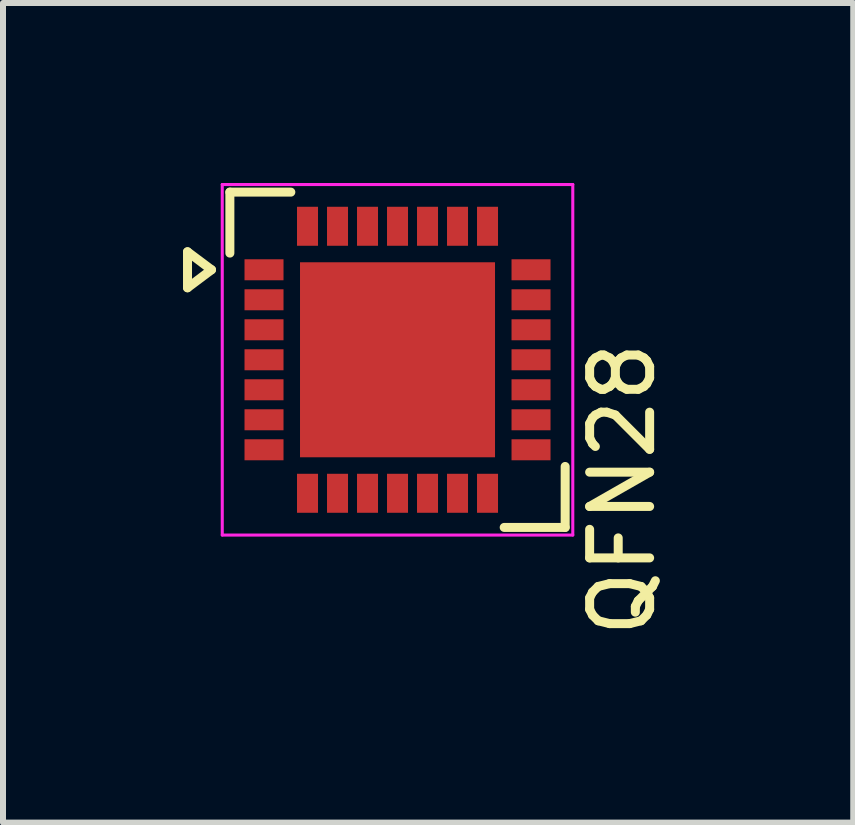
<source format=kicad_pcb>
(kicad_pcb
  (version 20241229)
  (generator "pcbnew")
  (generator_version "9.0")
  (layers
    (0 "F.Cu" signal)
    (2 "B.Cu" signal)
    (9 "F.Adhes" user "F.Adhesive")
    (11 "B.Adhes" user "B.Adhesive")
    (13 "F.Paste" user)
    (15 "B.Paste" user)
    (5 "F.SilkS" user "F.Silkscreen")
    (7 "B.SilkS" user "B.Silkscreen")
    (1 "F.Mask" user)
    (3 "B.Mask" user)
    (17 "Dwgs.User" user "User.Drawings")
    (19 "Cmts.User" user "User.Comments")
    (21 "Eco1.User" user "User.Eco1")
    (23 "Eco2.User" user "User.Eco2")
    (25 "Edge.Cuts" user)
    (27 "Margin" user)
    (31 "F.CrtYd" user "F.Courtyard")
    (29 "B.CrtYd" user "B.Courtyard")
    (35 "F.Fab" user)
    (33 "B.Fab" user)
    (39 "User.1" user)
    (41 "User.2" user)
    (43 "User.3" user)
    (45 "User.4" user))
  (footprint "QFN28"
    (layer "F.Cu")
    (at 3.575 2.946)
    (property "Reference" "QFN28" (at 3.747 2.159 90) (layer "F.SilkS") (effects (font (size 1 1) (thickness 0.15))))
    (attr smd)
    (fp_line (start -3.5 -1.8) (end -3.1 -1.5) (stroke (width 0.15) (type solid)) (layer "F.SilkS"))
    (fp_line (start -3.5 -1.2) (end -3.5 -1.8) (stroke (width 0.15) (type solid)) (layer "F.SilkS"))
    (fp_line (start -3.1 -1.5) (end -3.5 -1.2) (stroke (width 0.15) (type solid)) (layer "F.SilkS"))
    (fp_line (start -2.794 -2.794) (end -1.778 -2.794) (stroke (width 0.15) (type solid)) (layer "F.SilkS"))
    (fp_line (start -2.794 -1.778) (end -2.794 -2.794) (stroke (width 0.15) (type solid)) (layer "F.SilkS"))
    (fp_line (start 1.778 2.794) (end 2.794 2.794) (stroke (width 0.15) (type solid)) (layer "F.SilkS"))
    (fp_line (start 2.794 2.794) (end 2.794 1.778) (stroke (width 0.15) (type solid)) (layer "F.SilkS"))
    (fp_line (start -1.4 -1.4) (end -1 -1.4) (stroke (width 0.15) (type solid)) (layer "F.Paste"))
    (fp_line (start -1.4 -1.3) (end -1 -1.3) (stroke (width 0.15) (type solid)) (layer "F.Paste"))
    (fp_line (start -1.4 -1.2) (end -1.4 -1.3) (stroke (width 0.15) (type solid)) (layer "F.Paste"))
    (fp_line (start -1.4 -1.1) (end -1 -1.1) (stroke (width 0.15) (type solid)) (layer "F.Paste"))
    (fp_line (start -1.4 -1) (end -1.4 -1.4) (stroke (width 0.15) (type solid)) (layer "F.Paste"))
    (fp_line (start -1.4 -1) (end -1.4 -1.1) (stroke (width 0.15) (type solid)) (layer "F.Paste"))
    (fp_line (start -1.4 -0.7) (end -1 -0.7) (stroke (width 0.15) (type solid)) (layer "F.Paste"))
    (fp_line (start -1.4 -0.6) (end -1 -0.6) (stroke (width 0.15) (type solid)) (layer "F.Paste"))
    (fp_line (start -1.4 -0.5) (end -1.4 -0.6) (stroke (width 0.15) (type solid)) (layer "F.Paste"))
    (fp_line (start -1.4 -0.4) (end -1 -0.4) (stroke (width 0.15) (type solid)) (layer "F.Paste"))
    (fp_line (start -1.4 -0.3) (end -1.4 -0.7) (stroke (width 0.15) (type solid)) (layer "F.Paste"))
    (fp_line (start -1.4 -0.3) (end -1.4 -0.4) (stroke (width 0.15) (type solid)) (layer "F.Paste"))
    (fp_line (start -1.4 0.3) (end -1 0.3) (stroke (width 0.15) (type solid)) (layer "F.Paste"))
    (fp_line (start -1.4 0.4) (end -1 0.4) (stroke (width 0.15) (type solid)) (layer "F.Paste"))
    (fp_line (start -1.4 0.5) (end -1.4 0.4) (stroke (width 0.15) (type solid)) (layer "F.Paste"))
    (fp_line (start -1.4 0.6) (end -1 0.6) (stroke (width 0.15) (type solid)) (layer "F.Paste"))
    (fp_line (start -1.4 0.7) (end -1.4 0.3) (stroke (width 0.15) (type solid)) (layer "F.Paste"))
    (fp_line (start -1.4 0.7) (end -1.4 0.6) (stroke (width 0.15) (type solid)) (layer "F.Paste"))
    (fp_line (start -1.4 1) (end -1 1) (stroke (width 0.15) (type solid)) (layer "F.Paste"))
    (fp_line (start -1.4 1.1) (end -1 1.1) (stroke (width 0.15) (type solid)) (layer "F.Paste"))
    (fp_line (start -1.4 1.2) (end -1.4 1.1) (stroke (width 0.15) (type solid)) (layer "F.Paste"))
    (fp_line (start -1.4 1.3) (end -1 1.3) (stroke (width 0.15) (type solid)) (layer "F.Paste"))
    (fp_line (start -1.4 1.4) (end -1.4 1) (stroke (width 0.15) (type solid)) (layer "F.Paste"))
    (fp_line (start -1.4 1.4) (end -1.4 1.3) (stroke (width 0.15) (type solid)) (layer "F.Paste"))
    (fp_line (start -1 -1.4) (end -1 -1) (stroke (width 0.15) (type solid)) (layer "F.Paste"))
    (fp_line (start -1 -1.2) (end -1.4 -1.2) (stroke (width 0.15) (type solid)) (layer "F.Paste"))
    (fp_line (start -1 -1.1) (end -1 -1.2) (stroke (width 0.15) (type solid)) (layer "F.Paste"))
    (fp_line (start -1 -1) (end -1.4 -1) (stroke (width 0.15) (type solid)) (layer "F.Paste"))
    (fp_line (start -1 -0.7) (end -1 -0.3) (stroke (width 0.15) (type solid)) (layer "F.Paste"))
    (fp_line (start -1 -0.5) (end -1.4 -0.5) (stroke (width 0.15) (type solid)) (layer "F.Paste"))
    (fp_line (start -1 -0.4) (end -1 -0.5) (stroke (width 0.15) (type solid)) (layer "F.Paste"))
    (fp_line (start -1 -0.3) (end -1.4 -0.3) (stroke (width 0.15) (type solid)) (layer "F.Paste"))
    (fp_line (start -1 0.3) (end -1 0.7) (stroke (width 0.15) (type solid)) (layer "F.Paste"))
    (fp_line (start -1 0.5) (end -1.4 0.5) (stroke (width 0.15) (type solid)) (layer "F.Paste"))
    (fp_line (start -1 0.6) (end -1 0.5) (stroke (width 0.15) (type solid)) (layer "F.Paste"))
    (fp_line (start -1 0.7) (end -1.4 0.7) (stroke (width 0.15) (type solid)) (layer "F.Paste"))
    (fp_line (start -1 1) (end -1 1.4) (stroke (width 0.15) (type solid)) (layer "F.Paste"))
    (fp_line (start -1 1.2) (end -1.4 1.2) (stroke (width 0.15) (type solid)) (layer "F.Paste"))
    (fp_line (start -1 1.3) (end -1 1.2) (stroke (width 0.15) (type solid)) (layer "F.Paste"))
    (fp_line (start -1 1.4) (end -1.4 1.4) (stroke (width 0.15) (type solid)) (layer "F.Paste"))
    (fp_line (start -0.7 -1.4) (end -0.3 -1.4) (stroke (width 0.15) (type solid)) (layer "F.Paste"))
    (fp_line (start -0.7 -1.3) (end -0.3 -1.3) (stroke (width 0.15) (type solid)) (layer "F.Paste"))
    (fp_line (start -0.7 -1.2) (end -0.7 -1.3) (stroke (width 0.15) (type solid)) (layer "F.Paste"))
    (fp_line (start -0.7 -1.1) (end -0.3 -1.1) (stroke (width 0.15) (type solid)) (layer "F.Paste"))
    (fp_line (start -0.7 -1) (end -0.7 -1.4) (stroke (width 0.15) (type solid)) (layer "F.Paste"))
    (fp_line (start -0.7 -1) (end -0.7 -1.1) (stroke (width 0.15) (type solid)) (layer "F.Paste"))
    (fp_line (start -0.7 -0.7) (end -0.3 -0.7) (stroke (width 0.15) (type solid)) (layer "F.Paste"))
    (fp_line (start -0.7 -0.6) (end -0.3 -0.6) (stroke (width 0.15) (type solid)) (layer "F.Paste"))
    (fp_line (start -0.7 -0.5) (end -0.7 -0.6) (stroke (width 0.15) (type solid)) (layer "F.Paste"))
    (fp_line (start -0.7 -0.4) (end -0.3 -0.4) (stroke (width 0.15) (type solid)) (layer "F.Paste"))
    (fp_line (start -0.7 -0.3) (end -0.7 -0.7) (stroke (width 0.15) (type solid)) (layer "F.Paste"))
    (fp_line (start -0.7 -0.3) (end -0.7 -0.4) (stroke (width 0.15) (type solid)) (layer "F.Paste"))
    (fp_line (start -0.7 0.3) (end -0.3 0.3) (stroke (width 0.15) (type solid)) (layer "F.Paste"))
    (fp_line (start -0.7 0.4) (end -0.3 0.4) (stroke (width 0.15) (type solid)) (layer "F.Paste"))
    (fp_line (start -0.7 0.5) (end -0.7 0.4) (stroke (width 0.15) (type solid)) (layer "F.Paste"))
    (fp_line (start -0.7 0.6) (end -0.3 0.6) (stroke (width 0.15) (type solid)) (layer "F.Paste"))
    (fp_line (start -0.7 0.7) (end -0.7 0.3) (stroke (width 0.15) (type solid)) (layer "F.Paste"))
    (fp_line (start -0.7 0.7) (end -0.7 0.6) (stroke (width 0.15) (type solid)) (layer "F.Paste"))
    (fp_line (start -0.7 1) (end -0.3 1) (stroke (width 0.15) (type solid)) (layer "F.Paste"))
    (fp_line (start -0.7 1.1) (end -0.3 1.1) (stroke (width 0.15) (type solid)) (layer "F.Paste"))
    (fp_line (start -0.7 1.2) (end -0.7 1.1) (stroke (width 0.15) (type solid)) (layer "F.Paste"))
    (fp_line (start -0.7 1.3) (end -0.3 1.3) (stroke (width 0.15) (type solid)) (layer "F.Paste"))
    (fp_line (start -0.7 1.4) (end -0.7 1) (stroke (width 0.15) (type solid)) (layer "F.Paste"))
    (fp_line (start -0.7 1.4) (end -0.7 1.3) (stroke (width 0.15) (type solid)) (layer "F.Paste"))
    (fp_line (start -0.3 -1.4) (end -0.3 -1) (stroke (width 0.15) (type solid)) (layer "F.Paste"))
    (fp_line (start -0.3 -1.2) (end -0.7 -1.2) (stroke (width 0.15) (type solid)) (layer "F.Paste"))
    (fp_line (start -0.3 -1.1) (end -0.3 -1.2) (stroke (width 0.15) (type solid)) (layer "F.Paste"))
    (fp_line (start -0.3 -1) (end -0.7 -1) (stroke (width 0.15) (type solid)) (layer "F.Paste"))
    (fp_line (start -0.3 -0.7) (end -0.3 -0.3) (stroke (width 0.15) (type solid)) (layer "F.Paste"))
    (fp_line (start -0.3 -0.5) (end -0.7 -0.5) (stroke (width 0.15) (type solid)) (layer "F.Paste"))
    (fp_line (start -0.3 -0.4) (end -0.3 -0.5) (stroke (width 0.15) (type solid)) (layer "F.Paste"))
    (fp_line (start -0.3 -0.3) (end -0.7 -0.3) (stroke (width 0.15) (type solid)) (layer "F.Paste"))
    (fp_line (start -0.3 0.3) (end -0.3 0.7) (stroke (width 0.15) (type solid)) (layer "F.Paste"))
    (fp_line (start -0.3 0.5) (end -0.7 0.5) (stroke (width 0.15) (type solid)) (layer "F.Paste"))
    (fp_line (start -0.3 0.6) (end -0.3 0.5) (stroke (width 0.15) (type solid)) (layer "F.Paste"))
    (fp_line (start -0.3 0.7) (end -0.7 0.7) (stroke (width 0.15) (type solid)) (layer "F.Paste"))
    (fp_line (start -0.3 1) (end -0.3 1.4) (stroke (width 0.15) (type solid)) (layer "F.Paste"))
    (fp_line (start -0.3 1.2) (end -0.7 1.2) (stroke (width 0.15) (type solid)) (layer "F.Paste"))
    (fp_line (start -0.3 1.3) (end -0.3 1.2) (stroke (width 0.15) (type solid)) (layer "F.Paste"))
    (fp_line (start -0.3 1.4) (end -0.7 1.4) (stroke (width 0.15) (type solid)) (layer "F.Paste"))
    (fp_line (start 0.3 -1.4) (end 0.7 -1.4) (stroke (width 0.15) (type solid)) (layer "F.Paste"))
    (fp_line (start 0.3 -1.3) (end 0.7 -1.3) (stroke (width 0.15) (type solid)) (layer "F.Paste"))
    (fp_line (start 0.3 -1.2) (end 0.3 -1.3) (stroke (width 0.15) (type solid)) (layer "F.Paste"))
    (fp_line (start 0.3 -1.1) (end 0.7 -1.1) (stroke (width 0.15) (type solid)) (layer "F.Paste"))
    (fp_line (start 0.3 -1) (end 0.3 -1.4) (stroke (width 0.15) (type solid)) (layer "F.Paste"))
    (fp_line (start 0.3 -1) (end 0.3 -1.1) (stroke (width 0.15) (type solid)) (layer "F.Paste"))
    (fp_line (start 0.3 -0.7) (end 0.7 -0.7) (stroke (width 0.15) (type solid)) (layer "F.Paste"))
    (fp_line (start 0.3 -0.6) (end 0.7 -0.6) (stroke (width 0.15) (type solid)) (layer "F.Paste"))
    (fp_line (start 0.3 -0.5) (end 0.3 -0.6) (stroke (width 0.15) (type solid)) (layer "F.Paste"))
    (fp_line (start 0.3 -0.4) (end 0.7 -0.4) (stroke (width 0.15) (type solid)) (layer "F.Paste"))
    (fp_line (start 0.3 -0.3) (end 0.3 -0.7) (stroke (width 0.15) (type solid)) (layer "F.Paste"))
    (fp_line (start 0.3 -0.3) (end 0.3 -0.4) (stroke (width 0.15) (type solid)) (layer "F.Paste"))
    (fp_line (start 0.3 0.3) (end 0.7 0.3) (stroke (width 0.15) (type solid)) (layer "F.Paste"))
    (fp_line (start 0.3 0.4) (end 0.7 0.4) (stroke (width 0.15) (type solid)) (layer "F.Paste"))
    (fp_line (start 0.3 0.5) (end 0.3 0.4) (stroke (width 0.15) (type solid)) (layer "F.Paste"))
    (fp_line (start 0.3 0.6) (end 0.7 0.6) (stroke (width 0.15) (type solid)) (layer "F.Paste"))
    (fp_line (start 0.3 0.7) (end 0.3 0.3) (stroke (width 0.15) (type solid)) (layer "F.Paste"))
    (fp_line (start 0.3 0.7) (end 0.3 0.6) (stroke (width 0.15) (type solid)) (layer "F.Paste"))
    (fp_line (start 0.3 1) (end 0.7 1) (stroke (width 0.15) (type solid)) (layer "F.Paste"))
    (fp_line (start 0.3 1.1) (end 0.7 1.1) (stroke (width 0.15) (type solid)) (layer "F.Paste"))
    (fp_line (start 0.3 1.2) (end 0.3 1.1) (stroke (width 0.15) (type solid)) (layer "F.Paste"))
    (fp_line (start 0.3 1.3) (end 0.7 1.3) (stroke (width 0.15) (type solid)) (layer "F.Paste"))
    (fp_line (start 0.3 1.4) (end 0.3 1) (stroke (width 0.15) (type solid)) (layer "F.Paste"))
    (fp_line (start 0.3 1.4) (end 0.3 1.3) (stroke (width 0.15) (type solid)) (layer "F.Paste"))
    (fp_line (start 0.7 -1.4) (end 0.7 -1) (stroke (width 0.15) (type solid)) (layer "F.Paste"))
    (fp_line (start 0.7 -1.2) (end 0.3 -1.2) (stroke (width 0.15) (type solid)) (layer "F.Paste"))
    (fp_line (start 0.7 -1.1) (end 0.7 -1.2) (stroke (width 0.15) (type solid)) (layer "F.Paste"))
    (fp_line (start 0.7 -1) (end 0.3 -1) (stroke (width 0.15) (type solid)) (layer "F.Paste"))
    (fp_line (start 0.7 -0.7) (end 0.7 -0.3) (stroke (width 0.15) (type solid)) (layer "F.Paste"))
    (fp_line (start 0.7 -0.5) (end 0.3 -0.5) (stroke (width 0.15) (type solid)) (layer "F.Paste"))
    (fp_line (start 0.7 -0.4) (end 0.7 -0.5) (stroke (width 0.15) (type solid)) (layer "F.Paste"))
    (fp_line (start 0.7 -0.3) (end 0.3 -0.3) (stroke (width 0.15) (type solid)) (layer "F.Paste"))
    (fp_line (start 0.7 0.3) (end 0.7 0.7) (stroke (width 0.15) (type solid)) (layer "F.Paste"))
    (fp_line (start 0.7 0.5) (end 0.3 0.5) (stroke (width 0.15) (type solid)) (layer "F.Paste"))
    (fp_line (start 0.7 0.6) (end 0.7 0.5) (stroke (width 0.15) (type solid)) (layer "F.Paste"))
    (fp_line (start 0.7 0.7) (end 0.3 0.7) (stroke (width 0.15) (type solid)) (layer "F.Paste"))
    (fp_line (start 0.7 1) (end 0.7 1.4) (stroke (width 0.15) (type solid)) (layer "F.Paste"))
    (fp_line (start 0.7 1.2) (end 0.3 1.2) (stroke (width 0.15) (type solid)) (layer "F.Paste"))
    (fp_line (start 0.7 1.3) (end 0.7 1.2) (stroke (width 0.15) (type solid)) (layer "F.Paste"))
    (fp_line (start 0.7 1.4) (end 0.3 1.4) (stroke (width 0.15) (type solid)) (layer "F.Paste"))
    (fp_line (start 1 -1.4) (end 1.4 -1.4) (stroke (width 0.15) (type solid)) (layer "F.Paste"))
    (fp_line (start 1 -1.3) (end 1.4 -1.3) (stroke (width 0.15) (type solid)) (layer "F.Paste"))
    (fp_line (start 1 -1.2) (end 1 -1.3) (stroke (width 0.15) (type solid)) (layer "F.Paste"))
    (fp_line (start 1 -1.1) (end 1.4 -1.1) (stroke (width 0.15) (type solid)) (layer "F.Paste"))
    (fp_line (start 1 -1) (end 1 -1.4) (stroke (width 0.15) (type solid)) (layer "F.Paste"))
    (fp_line (start 1 -1) (end 1 -1.1) (stroke (width 0.15) (type solid)) (layer "F.Paste"))
    (fp_line (start 1 -0.7) (end 1.4 -0.7) (stroke (width 0.15) (type solid)) (layer "F.Paste"))
    (fp_line (start 1 -0.6) (end 1.4 -0.6) (stroke (width 0.15) (type solid)) (layer "F.Paste"))
    (fp_line (start 1 -0.5) (end 1 -0.6) (stroke (width 0.15) (type solid)) (layer "F.Paste"))
    (fp_line (start 1 -0.4) (end 1.4 -0.4) (stroke (width 0.15) (type solid)) (layer "F.Paste"))
    (fp_line (start 1 -0.3) (end 1 -0.7) (stroke (width 0.15) (type solid)) (layer "F.Paste"))
    (fp_line (start 1 -0.3) (end 1 -0.4) (stroke (width 0.15) (type solid)) (layer "F.Paste"))
    (fp_line (start 1 0.3) (end 1.4 0.3) (stroke (width 0.15) (type solid)) (layer "F.Paste"))
    (fp_line (start 1 0.4) (end 1.4 0.4) (stroke (width 0.15) (type solid)) (layer "F.Paste"))
    (fp_line (start 1 0.5) (end 1 0.4) (stroke (width 0.15) (type solid)) (layer "F.Paste"))
    (fp_line (start 1 0.6) (end 1.4 0.6) (stroke (width 0.15) (type solid)) (layer "F.Paste"))
    (fp_line (start 1 0.7) (end 1 0.3) (stroke (width 0.15) (type solid)) (layer "F.Paste"))
    (fp_line (start 1 0.7) (end 1 0.6) (stroke (width 0.15) (type solid)) (layer "F.Paste"))
    (fp_line (start 1 1) (end 1.4 1) (stroke (width 0.15) (type solid)) (layer "F.Paste"))
    (fp_line (start 1 1.1) (end 1.4 1.1) (stroke (width 0.15) (type solid)) (layer "F.Paste"))
    (fp_line (start 1 1.2) (end 1 1.1) (stroke (width 0.15) (type solid)) (layer "F.Paste"))
    (fp_line (start 1 1.3) (end 1.4 1.3) (stroke (width 0.15) (type solid)) (layer "F.Paste"))
    (fp_line (start 1 1.4) (end 1 1) (stroke (width 0.15) (type solid)) (layer "F.Paste"))
    (fp_line (start 1 1.4) (end 1 1.3) (stroke (width 0.15) (type solid)) (layer "F.Paste"))
    (fp_line (start 1.4 -1.4) (end 1.4 -1) (stroke (width 0.15) (type solid)) (layer "F.Paste"))
    (fp_line (start 1.4 -1.2) (end 1 -1.2) (stroke (width 0.15) (type solid)) (layer "F.Paste"))
    (fp_line (start 1.4 -1.1) (end 1.4 -1.2) (stroke (width 0.15) (type solid)) (layer "F.Paste"))
    (fp_line (start 1.4 -1) (end 1 -1) (stroke (width 0.15) (type solid)) (layer "F.Paste"))
    (fp_line (start 1.4 -0.7) (end 1.4 -0.3) (stroke (width 0.15) (type solid)) (layer "F.Paste"))
    (fp_line (start 1.4 -0.5) (end 1 -0.5) (stroke (width 0.15) (type solid)) (layer "F.Paste"))
    (fp_line (start 1.4 -0.4) (end 1.4 -0.5) (stroke (width 0.15) (type solid)) (layer "F.Paste"))
    (fp_line (start 1.4 -0.3) (end 1 -0.3) (stroke (width 0.15) (type solid)) (layer "F.Paste"))
    (fp_line (start 1.4 0.3) (end 1.4 0.7) (stroke (width 0.15) (type solid)) (layer "F.Paste"))
    (fp_line (start 1.4 0.5) (end 1 0.5) (stroke (width 0.15) (type solid)) (layer "F.Paste"))
    (fp_line (start 1.4 0.6) (end 1.4 0.5) (stroke (width 0.15) (type solid)) (layer "F.Paste"))
    (fp_line (start 1.4 0.7) (end 1 0.7) (stroke (width 0.15) (type solid)) (layer "F.Paste"))
    (fp_line (start 1.4 1) (end 1.4 1.4) (stroke (width 0.15) (type solid)) (layer "F.Paste"))
    (fp_line (start 1.4 1.2) (end 1 1.2) (stroke (width 0.15) (type solid)) (layer "F.Paste"))
    (fp_line (start 1.4 1.3) (end 1.4 1.2) (stroke (width 0.15) (type solid)) (layer "F.Paste"))
    (fp_line (start 1.4 1.4) (end 1 1.4) (stroke (width 0.15) (type solid)) (layer "F.Paste"))
    (fp_line (start -2.921 -2.921) (end -2.921 2.921) (stroke (width 0.051) (type solid)) (layer "F.CrtYd"))
    (fp_line (start -2.921 2.921) (end 2.921 2.921) (stroke (width 0.051) (type solid)) (layer "F.CrtYd"))
    (fp_line (start 2.921 -2.921) (end -2.921 -2.921) (stroke (width 0.051) (type solid)) (layer "F.CrtYd"))
    (fp_line (start 2.921 2.921) (end 2.921 -2.921) (stroke (width 0.051) (type solid)) (layer "F.CrtYd"))
    (pad "0" smd rect (at 0 0) (size 3.25 3.25) (layers "F.Cu" "F.Mask"))
    (pad "1" smd rect (at -2.225 -1.5) (size 0.65 0.35) (layers "F.Cu" "F.Mask" "F.Paste"))
    (pad "2" smd rect (at -2.225 -1) (size 0.65 0.35) (layers "F.Cu" "F.Mask" "F.Paste"))
    (pad "3" smd rect (at -2.225 -0.5) (size 0.65 0.35) (layers "F.Cu" "F.Mask" "F.Paste"))
    (pad "4" smd rect (at -2.225 0) (size 0.65 0.35) (layers "F.Cu" "F.Mask" "F.Paste"))
    (pad "5" smd rect (at -2.225 0.5) (size 0.65 0.35) (layers "F.Cu" "F.Mask" "F.Paste"))
    (pad "6" smd rect (at -2.225 1) (size 0.65 0.35) (layers "F.Cu" "F.Mask" "F.Paste"))
    (pad "7" smd rect (at -2.225 1.5) (size 0.65 0.35) (layers "F.Cu" "F.Mask" "F.Paste"))
    (pad "8" smd rect (at -1.5 2.225) (size 0.35 0.65) (layers "F.Cu" "F.Mask" "F.Paste"))
    (pad "9" smd rect (at -1 2.225) (size 0.35 0.65) (layers "F.Cu" "F.Mask" "F.Paste"))
    (pad "10" smd rect (at -0.5 2.225) (size 0.35 0.65) (layers "F.Cu" "F.Mask" "F.Paste"))
    (pad "11" smd rect (at 0 2.225) (size 0.35 0.65) (layers "F.Cu" "F.Mask" "F.Paste"))
    (pad "12" smd rect (at 0.5 2.225) (size 0.35 0.65) (layers "F.Cu" "F.Mask" "F.Paste"))
    (pad "13" smd rect (at 1 2.225) (size 0.35 0.65) (layers "F.Cu" "F.Mask" "F.Paste"))
    (pad "14" smd rect (at 1.5 2.225) (size 0.35 0.65) (layers "F.Cu" "F.Mask" "F.Paste"))
    (pad "15" smd rect (at 2.225 1.5) (size 0.65 0.35) (layers "F.Cu" "F.Mask" "F.Paste"))
    (pad "16" smd rect (at 2.225 1) (size 0.65 0.35) (layers "F.Cu" "F.Mask" "F.Paste"))
    (pad "17" smd rect (at 2.225 0.5) (size 0.65 0.35) (layers "F.Cu" "F.Mask" "F.Paste"))
    (pad "18" smd rect (at 2.225 0) (size 0.65 0.35) (layers "F.Cu" "F.Mask" "F.Paste"))
    (pad "19" smd rect (at 2.225 -0.5) (size 0.65 0.35) (layers "F.Cu" "F.Mask" "F.Paste"))
    (pad "20" smd rect (at 2.225 -1) (size 0.65 0.35) (layers "F.Cu" "F.Mask" "F.Paste"))
    (pad "21" smd rect (at 2.225 -1.5) (size 0.65 0.35) (layers "F.Cu" "F.Mask" "F.Paste"))
    (pad "22" smd rect (at 1.5 -2.225) (size 0.35 0.65) (layers "F.Cu" "F.Mask" "F.Paste"))
    (pad "23" smd rect (at 1 -2.225) (size 0.35 0.65) (layers "F.Cu" "F.Mask" "F.Paste"))
    (pad "24" smd rect (at 0.5 -2.225) (size 0.35 0.65) (layers "F.Cu" "F.Mask" "F.Paste"))
    (pad "25" smd rect (at 0 -2.225) (size 0.35 0.65) (layers "F.Cu" "F.Mask" "F.Paste"))
    (pad "26" smd rect (at -0.5 -2.225) (size 0.35 0.65) (layers "F.Cu" "F.Mask" "F.Paste"))
    (pad "27" smd rect (at -1 -2.225) (size 0.35 0.65) (layers "F.Cu" "F.Mask" "F.Paste"))
    (pad "28" smd rect (at -1.5 -2.225) (size 0.35 0.65) (layers "F.Cu" "F.Mask" "F.Paste")))
  (gr_rect
    (start -3 -3)
    (end 11.17 10.659)
    (stroke (width 0.1) (type default))
    (fill no)
    (layer "Edge.Cuts")))
</source>
